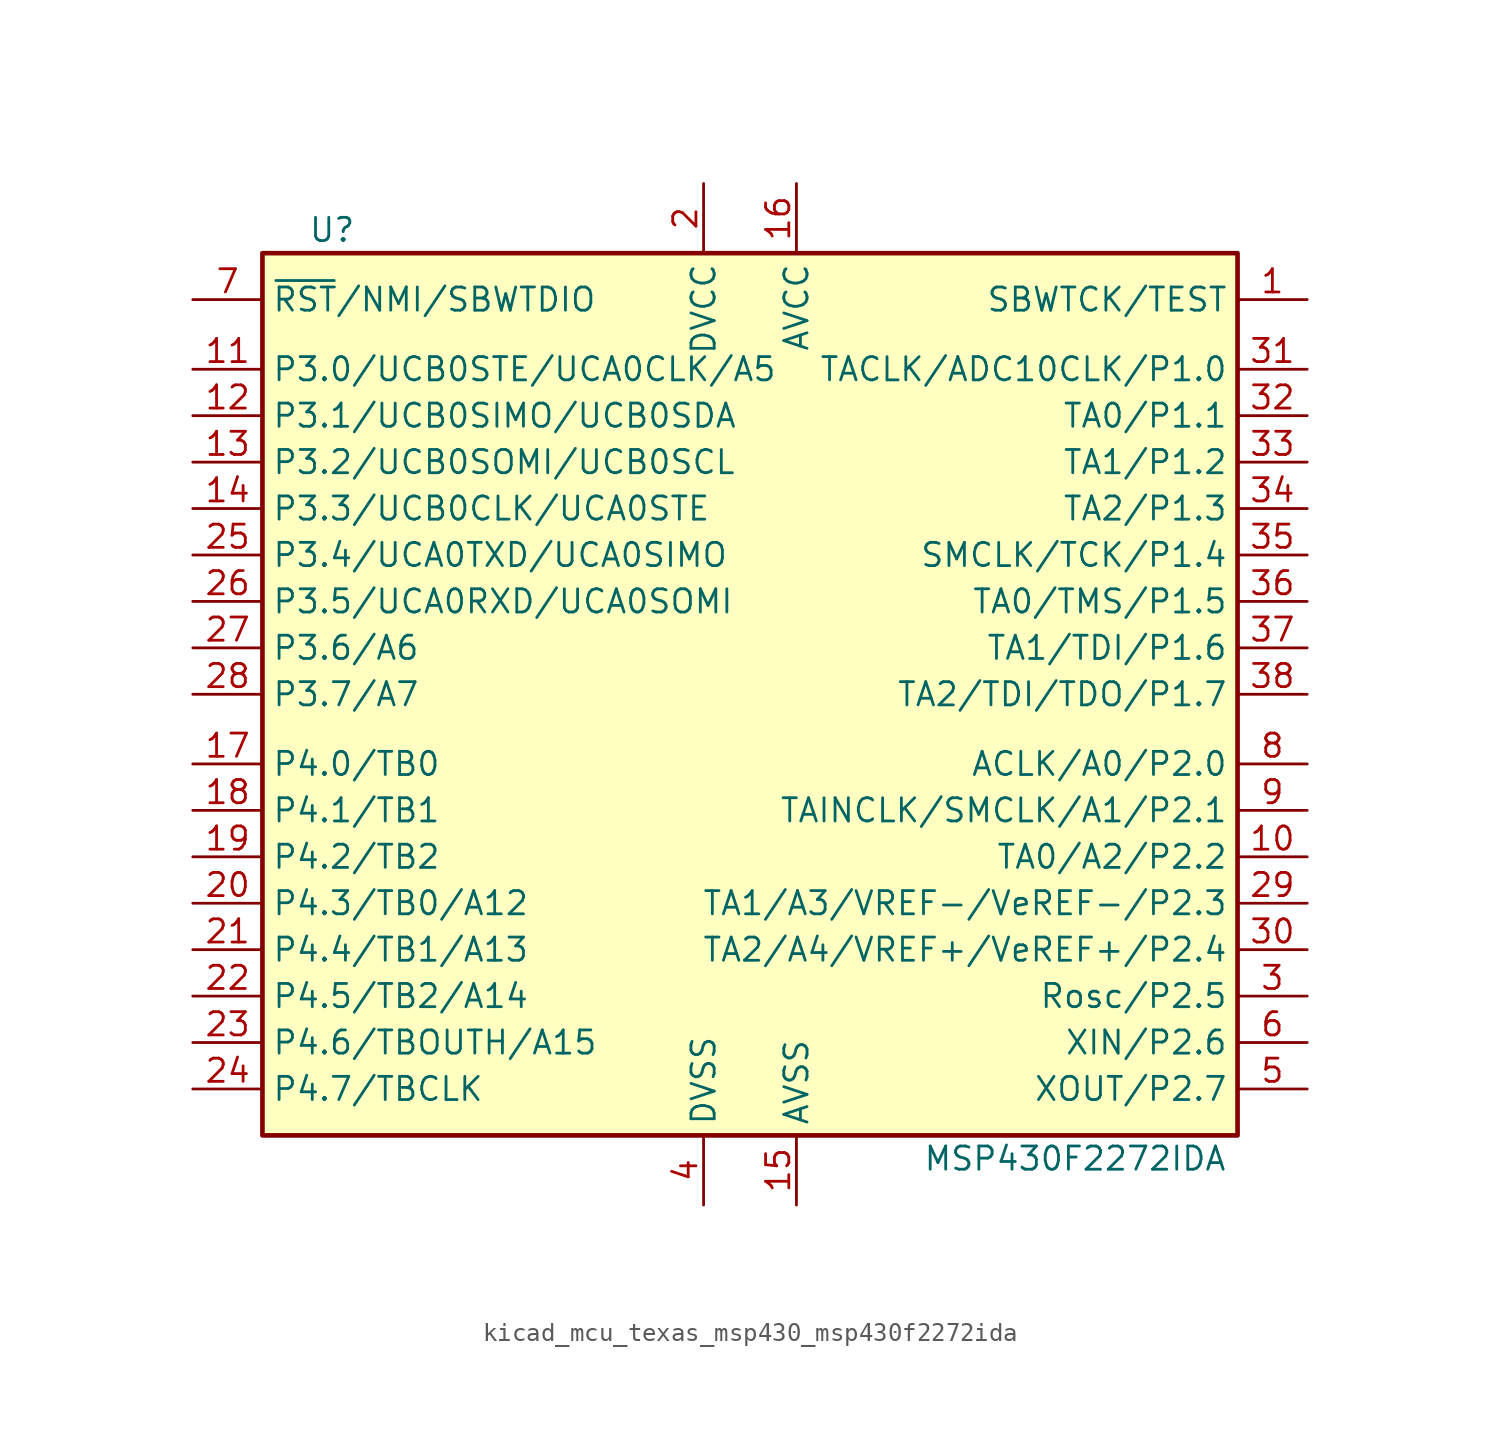
<source format=kicad_sym>
(kicad_symbol_lib
  (version 20220914)
  (generator kicad_symbol_editor)
  (symbol "kicad_mcu_texas_msp430_msp430f2272ida"
    (property "Reference" "U"
      (at -22.86 25.4 0)
      (effects (font (size 1.27 1.27))))
    (property "Value" "MSP430F2272IDA"
      (at 17.78 -25.4 0)
      (effects (font (size 1.27 1.27))))
    (symbol "kicad_mcu_texas_msp430_msp430f2272ida_0_1"
      (rectangle (start -26.67 24.13) (end 26.67 -24.13) (stroke (width 0.254) (type default)) (fill (type background))))
    (symbol "kicad_mcu_texas_msp430_msp430f2272ida_1_1"
      (pin input line (at 30.48 21.59 180) (length 3.81) (name "SBWTCK/TEST" (effects (font (size 1.27 1.27)))) (number "1" (effects (font (size 1.27 1.27)))))
      (pin bidirectional line (at 30.48 -8.89 180) (length 3.81) (name "TA0/A2/P2.2" (effects (font (size 1.27 1.27)))) (number "10" (effects (font (size 1.27 1.27)))))
      (pin bidirectional line (at -30.48 17.78 0) (length 3.81) (name "P3.0/UCB0STE/UCA0CLK/A5" (effects (font (size 1.27 1.27)))) (number "11" (effects (font (size 1.27 1.27)))))
      (pin bidirectional line (at -30.48 15.24 0) (length 3.81) (name "P3.1/UCB0SIMO/UCB0SDA" (effects (font (size 1.27 1.27)))) (number "12" (effects (font (size 1.27 1.27)))))
      (pin bidirectional line (at -30.48 12.7 0) (length 3.81) (name "P3.2/UCB0SOMI/UCB0SCL" (effects (font (size 1.27 1.27)))) (number "13" (effects (font (size 1.27 1.27)))))
      (pin bidirectional line (at -30.48 10.16 0) (length 3.81) (name "P3.3/UCB0CLK/UCA0STE" (effects (font (size 1.27 1.27)))) (number "14" (effects (font (size 1.27 1.27)))))
      (pin power_in line (at 2.54 -27.94 90) (length 3.81) (name "AVSS" (effects (font (size 1.27 1.27)))) (number "15" (effects (font (size 1.27 1.27)))))
      (pin power_in line (at 2.54 27.94 270) (length 3.81) (name "AVCC" (effects (font (size 1.27 1.27)))) (number "16" (effects (font (size 1.27 1.27)))))
      (pin bidirectional line (at -30.48 -3.81 0) (length 3.81) (name "P4.0/TB0" (effects (font (size 1.27 1.27)))) (number "17" (effects (font (size 1.27 1.27)))))
      (pin bidirectional line (at -30.48 -6.35 0) (length 3.81) (name "P4.1/TB1" (effects (font (size 1.27 1.27)))) (number "18" (effects (font (size 1.27 1.27)))))
      (pin bidirectional line (at -30.48 -8.89 0) (length 3.81) (name "P4.2/TB2" (effects (font (size 1.27 1.27)))) (number "19" (effects (font (size 1.27 1.27)))))
      (pin power_in line (at -2.54 27.94 270) (length 3.81) (name "DVCC" (effects (font (size 1.27 1.27)))) (number "2" (effects (font (size 1.27 1.27)))))
      (pin bidirectional line (at -30.48 -11.43 0) (length 3.81) (name "P4.3/TB0/A12" (effects (font (size 1.27 1.27)))) (number "20" (effects (font (size 1.27 1.27)))))
      (pin bidirectional line (at -30.48 -13.97 0) (length 3.81) (name "P4.4/TB1/A13" (effects (font (size 1.27 1.27)))) (number "21" (effects (font (size 1.27 1.27)))))
      (pin bidirectional line (at -30.48 -16.51 0) (length 3.81) (name "P4.5/TB2/A14" (effects (font (size 1.27 1.27)))) (number "22" (effects (font (size 1.27 1.27)))))
      (pin bidirectional line (at -30.48 -19.05 0) (length 3.81) (name "P4.6/TBOUTH/A15" (effects (font (size 1.27 1.27)))) (number "23" (effects (font (size 1.27 1.27)))))
      (pin bidirectional line (at -30.48 -21.59 0) (length 3.81) (name "P4.7/TBCLK" (effects (font (size 1.27 1.27)))) (number "24" (effects (font (size 1.27 1.27)))))
      (pin bidirectional line (at -30.48 7.62 0) (length 3.81) (name "P3.4/UCA0TXD/UCA0SIMO" (effects (font (size 1.27 1.27)))) (number "25" (effects (font (size 1.27 1.27)))))
      (pin bidirectional line (at -30.48 5.08 0) (length 3.81) (name "P3.5/UCA0RXD/UCA0SOMI" (effects (font (size 1.27 1.27)))) (number "26" (effects (font (size 1.27 1.27)))))
      (pin bidirectional line (at -30.48 2.54 0) (length 3.81) (name "P3.6/A6" (effects (font (size 1.27 1.27)))) (number "27" (effects (font (size 1.27 1.27)))))
      (pin bidirectional line (at -30.48 0 0) (length 3.81) (name "P3.7/A7" (effects (font (size 1.27 1.27)))) (number "28" (effects (font (size 1.27 1.27)))))
      (pin bidirectional line (at 30.48 -11.43 180) (length 3.81) (name "TA1/A3/VREF-/VeREF-/P2.3" (effects (font (size 1.27 1.27)))) (number "29" (effects (font (size 1.27 1.27)))))
      (pin bidirectional line (at 30.48 -16.51 180) (length 3.81) (name "Rosc/P2.5" (effects (font (size 1.27 1.27)))) (number "3" (effects (font (size 1.27 1.27)))))
      (pin bidirectional line (at 30.48 -13.97 180) (length 3.81) (name "TA2/A4/VREF+/VeREF+/P2.4" (effects (font (size 1.27 1.27)))) (number "30" (effects (font (size 1.27 1.27)))))
      (pin bidirectional line (at 30.48 17.78 180) (length 3.81) (name "TACLK/ADC10CLK/P1.0" (effects (font (size 1.27 1.27)))) (number "31" (effects (font (size 1.27 1.27)))))
      (pin bidirectional line (at 30.48 15.24 180) (length 3.81) (name "TA0/P1.1" (effects (font (size 1.27 1.27)))) (number "32" (effects (font (size 1.27 1.27)))))
      (pin bidirectional line (at 30.48 12.7 180) (length 3.81) (name "TA1/P1.2" (effects (font (size 1.27 1.27)))) (number "33" (effects (font (size 1.27 1.27)))))
      (pin bidirectional line (at 30.48 10.16 180) (length 3.81) (name "TA2/P1.3" (effects (font (size 1.27 1.27)))) (number "34" (effects (font (size 1.27 1.27)))))
      (pin bidirectional line (at 30.48 7.62 180) (length 3.81) (name "SMCLK/TCK/P1.4" (effects (font (size 1.27 1.27)))) (number "35" (effects (font (size 1.27 1.27)))))
      (pin bidirectional line (at 30.48 5.08 180) (length 3.81) (name "TA0/TMS/P1.5" (effects (font (size 1.27 1.27)))) (number "36" (effects (font (size 1.27 1.27)))))
      (pin bidirectional line (at 30.48 2.54 180) (length 3.81) (name "TA1/TDI/P1.6" (effects (font (size 1.27 1.27)))) (number "37" (effects (font (size 1.27 1.27)))))
      (pin bidirectional line (at 30.48 0 180) (length 3.81) (name "TA2/TDI/TDO/P1.7" (effects (font (size 1.27 1.27)))) (number "38" (effects (font (size 1.27 1.27)))))
      (pin power_in line (at -2.54 -27.94 90) (length 3.81) (name "DVSS" (effects (font (size 1.27 1.27)))) (number "4" (effects (font (size 1.27 1.27)))))
      (pin bidirectional line (at 30.48 -21.59 180) (length 3.81) (name "XOUT/P2.7" (effects (font (size 1.27 1.27)))) (number "5" (effects (font (size 1.27 1.27)))))
      (pin bidirectional line (at 30.48 -19.05 180) (length 3.81) (name "XIN/P2.6" (effects (font (size 1.27 1.27)))) (number "6" (effects (font (size 1.27 1.27)))))
      (pin bidirectional line (at -30.48 21.59 0) (length 3.81) (name "~{RST}/NMI/SBWTDIO" (effects (font (size 1.27 1.27)))) (number "7" (effects (font (size 1.27 1.27)))))
      (pin bidirectional line (at 30.48 -3.81 180) (length 3.81) (name "ACLK/A0/P2.0" (effects (font (size 1.27 1.27)))) (number "8" (effects (font (size 1.27 1.27)))))
      (pin bidirectional line (at 30.48 -6.35 180) (length 3.81) (name "TAINCLK/SMCLK/A1/P2.1" (effects (font (size 1.27 1.27)))) (number "9" (effects (font (size 1.27 1.27))))))))
</source>
